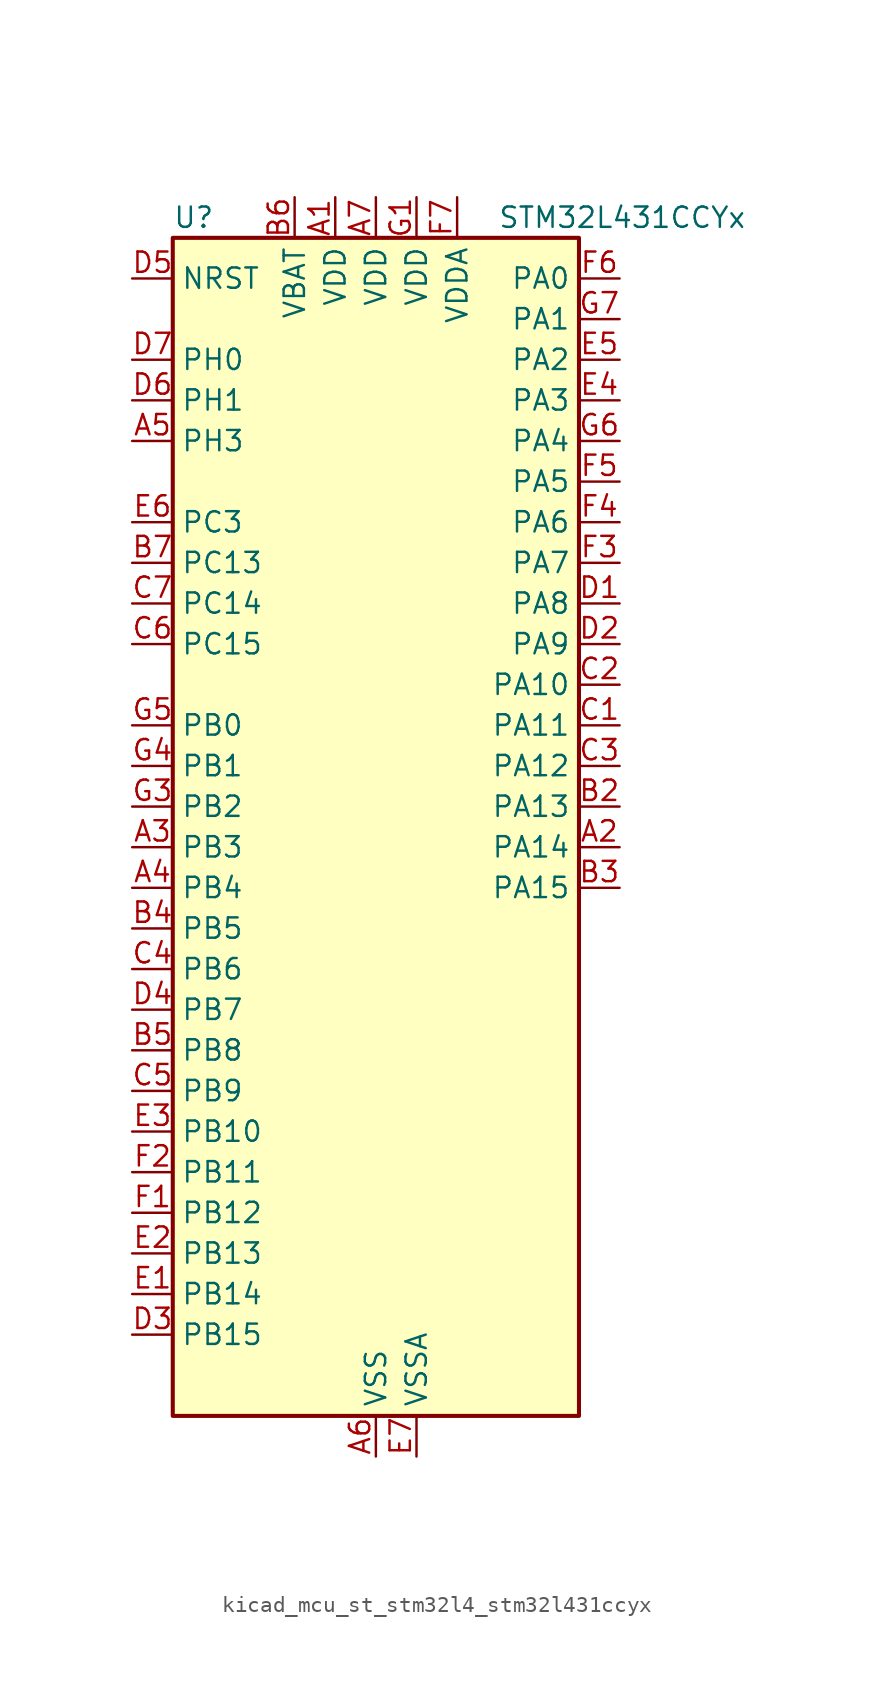
<source format=kicad_sym>
(kicad_symbol_lib
  (version 20220914)
  (generator kicad_symbol_editor)
  (symbol "kicad_mcu_st_stm32l4_stm32l431ccyx"
    (property "Reference" "U"
      (at -12.7 39.37 0)
      (effects (font (size 1.27 1.27)) (justify left)))
    (property "Value" "STM32L431CCYx"
      (at 7.62 39.37 0)
      (effects (font (size 1.27 1.27)) (justify left)))
    (property "ki_locked" ""
      (at 0 0 0)
      (effects (font (size 1.27 1.27))))
    (symbol "kicad_mcu_st_stm32l4_stm32l431ccyx_0_1"
      (rectangle (start -12.7 -35.56) (end 12.7 38.1) (stroke (width 0.254) (type default)) (fill (type background))))
    (symbol "kicad_mcu_st_stm32l4_stm32l431ccyx_1_1"
      (pin power_in line (at -2.54 40.64 270) (length 2.54) (name "VDD" (effects (font (size 1.27 1.27)))) (number "A1" (effects (font (size 1.27 1.27)))))
      (pin bidirectional line (at 15.24 0 180) (length 2.54) (name "PA14" (effects (font (size 1.27 1.27)))) (number "A2" (effects (font (size 1.27 1.27)))) (alternate "I2C1_SMBA" bidirectional line) (alternate "LPTIM1_OUT" bidirectional line) (alternate "SAI1_FS_B" bidirectional line) (alternate "SWPMI1_RX" bidirectional line) (alternate "SYS_JTCK-SWCLK" bidirectional line))
      (pin bidirectional line (at -15.24 0 0) (length 2.54) (name "PB3" (effects (font (size 1.27 1.27)))) (number "A3" (effects (font (size 1.27 1.27)))) (alternate "COMP2_INM" bidirectional line) (alternate "SAI1_SCK_B" bidirectional line) (alternate "SPI1_SCK" bidirectional line) (alternate "SPI3_SCK" bidirectional line) (alternate "SYS_JTDO-SWO" bidirectional line) (alternate "TIM2_CH2" bidirectional line) (alternate "USART1_DE" bidirectional line) (alternate "USART1_RTS" bidirectional line))
      (pin bidirectional line (at -15.24 -2.54 0) (length 2.54) (name "PB4" (effects (font (size 1.27 1.27)))) (number "A4" (effects (font (size 1.27 1.27)))) (alternate "COMP2_INP" bidirectional line) (alternate "I2C3_SDA" bidirectional line) (alternate "SAI1_MCLK_B" bidirectional line) (alternate "SPI1_MISO" bidirectional line) (alternate "SPI3_MISO" bidirectional line) (alternate "SYS_JTRST" bidirectional line) (alternate "TSC_G2_IO1" bidirectional line) (alternate "USART1_CTS" bidirectional line))
      (pin bidirectional line (at -15.24 25.4 0) (length 2.54) (name "PH3" (effects (font (size 1.27 1.27)))) (number "A5" (effects (font (size 1.27 1.27)))))
      (pin power_in line (at 0 -38.1 90) (length 2.54) (name "VSS" (effects (font (size 1.27 1.27)))) (number "A6" (effects (font (size 1.27 1.27)))))
      (pin power_in line (at 0 40.64 270) (length 2.54) (name "VDD" (effects (font (size 1.27 1.27)))) (number "A7" (effects (font (size 1.27 1.27)))))
      (pin passive line (at 0 -38.1 90) (length 2.54) hide (name "VSS" (effects (font (size 1.27 1.27)))) (number "B1" (effects (font (size 1.27 1.27)))))
      (pin bidirectional line (at 15.24 2.54 180) (length 2.54) (name "PA13" (effects (font (size 1.27 1.27)))) (number "B2" (effects (font (size 1.27 1.27)))) (alternate "IR_OUT" bidirectional line) (alternate "SAI1_SD_B" bidirectional line) (alternate "SWPMI1_TX" bidirectional line) (alternate "SYS_JTMS-SWDIO" bidirectional line))
      (pin bidirectional line (at 15.24 -2.54 180) (length 2.54) (name "PA15" (effects (font (size 1.27 1.27)))) (number "B3" (effects (font (size 1.27 1.27)))) (alternate "ADC1_EXTI15" bidirectional line) (alternate "SPI1_NSS" bidirectional line) (alternate "SPI3_NSS" bidirectional line) (alternate "SWPMI1_SUSPEND" bidirectional line) (alternate "SYS_JTDI" bidirectional line) (alternate "TIM2_CH1" bidirectional line) (alternate "TIM2_ETR" bidirectional line) (alternate "USART2_RX" bidirectional line) (alternate "USART3_DE" bidirectional line) (alternate "USART3_RTS" bidirectional line))
      (pin bidirectional line (at -15.24 -5.08 0) (length 2.54) (name "PB5" (effects (font (size 1.27 1.27)))) (number "B4" (effects (font (size 1.27 1.27)))) (alternate "COMP2_OUT" bidirectional line) (alternate "I2C1_SMBA" bidirectional line) (alternate "LPTIM1_IN1" bidirectional line) (alternate "SAI1_SD_B" bidirectional line) (alternate "SPI1_MOSI" bidirectional line) (alternate "SPI3_MOSI" bidirectional line) (alternate "TIM16_BKIN" bidirectional line) (alternate "TSC_G2_IO2" bidirectional line) (alternate "USART1_CK" bidirectional line))
      (pin bidirectional line (at -15.24 -12.7 0) (length 2.54) (name "PB8" (effects (font (size 1.27 1.27)))) (number "B5" (effects (font (size 1.27 1.27)))) (alternate "CAN1_RX" bidirectional line) (alternate "I2C1_SCL" bidirectional line) (alternate "SAI1_MCLK_A" bidirectional line) (alternate "TIM16_CH1" bidirectional line))
      (pin power_in line (at -5.08 40.64 270) (length 2.54) (name "VBAT" (effects (font (size 1.27 1.27)))) (number "B6" (effects (font (size 1.27 1.27)))))
      (pin bidirectional line (at -15.24 17.78 0) (length 2.54) (name "PC13" (effects (font (size 1.27 1.27)))) (number "B7" (effects (font (size 1.27 1.27)))) (alternate "RTC_OUT_ALARM" bidirectional line) (alternate "RTC_OUT_CALIB" bidirectional line) (alternate "RTC_TAMP1" bidirectional line) (alternate "RTC_TS" bidirectional line) (alternate "SYS_WKUP2" bidirectional line))
      (pin bidirectional line (at 15.24 7.62 180) (length 2.54) (name "PA11" (effects (font (size 1.27 1.27)))) (number "C1" (effects (font (size 1.27 1.27)))) (alternate "ADC1_EXTI11" bidirectional line) (alternate "CAN1_RX" bidirectional line) (alternate "COMP1_OUT" bidirectional line) (alternate "SPI1_MISO" bidirectional line) (alternate "TIM1_BKIN2" bidirectional line) (alternate "TIM1_BKIN2_COMP1" bidirectional line) (alternate "TIM1_CH4" bidirectional line) (alternate "USART1_CTS" bidirectional line))
      (pin bidirectional line (at 15.24 10.16 180) (length 2.54) (name "PA10" (effects (font (size 1.27 1.27)))) (number "C2" (effects (font (size 1.27 1.27)))) (alternate "I2C1_SDA" bidirectional line) (alternate "SAI1_SD_A" bidirectional line) (alternate "TIM1_CH3" bidirectional line) (alternate "USART1_RX" bidirectional line))
      (pin bidirectional line (at 15.24 5.08 180) (length 2.54) (name "PA12" (effects (font (size 1.27 1.27)))) (number "C3" (effects (font (size 1.27 1.27)))) (alternate "CAN1_TX" bidirectional line) (alternate "SPI1_MOSI" bidirectional line) (alternate "TIM1_ETR" bidirectional line) (alternate "USART1_DE" bidirectional line) (alternate "USART1_RTS" bidirectional line))
      (pin bidirectional line (at -15.24 -7.62 0) (length 2.54) (name "PB6" (effects (font (size 1.27 1.27)))) (number "C4" (effects (font (size 1.27 1.27)))) (alternate "COMP2_INP" bidirectional line) (alternate "I2C1_SCL" bidirectional line) (alternate "LPTIM1_ETR" bidirectional line) (alternate "SAI1_FS_B" bidirectional line) (alternate "TIM16_CH1N" bidirectional line) (alternate "TSC_G2_IO3" bidirectional line) (alternate "USART1_TX" bidirectional line))
      (pin bidirectional line (at -15.24 -15.24 0) (length 2.54) (name "PB9" (effects (font (size 1.27 1.27)))) (number "C5" (effects (font (size 1.27 1.27)))) (alternate "CAN1_TX" bidirectional line) (alternate "DAC1_EXTI9" bidirectional line) (alternate "I2C1_SDA" bidirectional line) (alternate "IR_OUT" bidirectional line) (alternate "SAI1_FS_A" bidirectional line) (alternate "SPI2_NSS" bidirectional line))
      (pin bidirectional line (at -15.24 12.7 0) (length 2.54) (name "PC15" (effects (font (size 1.27 1.27)))) (number "C6" (effects (font (size 1.27 1.27)))) (alternate "ADC1_EXTI15" bidirectional line) (alternate "RCC_OSC32_OUT" bidirectional line))
      (pin bidirectional line (at -15.24 15.24 0) (length 2.54) (name "PC14" (effects (font (size 1.27 1.27)))) (number "C7" (effects (font (size 1.27 1.27)))) (alternate "RCC_OSC32_IN" bidirectional line))
      (pin bidirectional line (at 15.24 15.24 180) (length 2.54) (name "PA8" (effects (font (size 1.27 1.27)))) (number "D1" (effects (font (size 1.27 1.27)))) (alternate "LPTIM2_OUT" bidirectional line) (alternate "RCC_MCO" bidirectional line) (alternate "SAI1_SCK_A" bidirectional line) (alternate "SWPMI1_IO" bidirectional line) (alternate "TIM1_CH1" bidirectional line) (alternate "USART1_CK" bidirectional line))
      (pin bidirectional line (at 15.24 12.7 180) (length 2.54) (name "PA9" (effects (font (size 1.27 1.27)))) (number "D2" (effects (font (size 1.27 1.27)))) (alternate "DAC1_EXTI9" bidirectional line) (alternate "I2C1_SCL" bidirectional line) (alternate "SAI1_FS_A" bidirectional line) (alternate "TIM15_BKIN" bidirectional line) (alternate "TIM1_CH2" bidirectional line) (alternate "USART1_TX" bidirectional line))
      (pin bidirectional line (at -15.24 -30.48 0) (length 2.54) (name "PB15" (effects (font (size 1.27 1.27)))) (number "D3" (effects (font (size 1.27 1.27)))) (alternate "ADC1_EXTI15" bidirectional line) (alternate "RTC_REFIN" bidirectional line) (alternate "SAI1_SD_A" bidirectional line) (alternate "SPI2_MOSI" bidirectional line) (alternate "SWPMI1_SUSPEND" bidirectional line) (alternate "TIM15_CH2" bidirectional line) (alternate "TIM1_CH3N" bidirectional line) (alternate "TSC_G1_IO4" bidirectional line))
      (pin bidirectional line (at -15.24 -10.16 0) (length 2.54) (name "PB7" (effects (font (size 1.27 1.27)))) (number "D4" (effects (font (size 1.27 1.27)))) (alternate "COMP2_INM" bidirectional line) (alternate "I2C1_SDA" bidirectional line) (alternate "LPTIM1_IN2" bidirectional line) (alternate "SYS_PVD_IN" bidirectional line) (alternate "TSC_G2_IO4" bidirectional line) (alternate "USART1_RX" bidirectional line))
      (pin input line (at -15.24 35.56 0) (length 2.54) (name "NRST" (effects (font (size 1.27 1.27)))) (number "D5" (effects (font (size 1.27 1.27)))))
      (pin bidirectional line (at -15.24 27.94 0) (length 2.54) (name "PH1" (effects (font (size 1.27 1.27)))) (number "D6" (effects (font (size 1.27 1.27)))) (alternate "RCC_OSC_OUT" bidirectional line))
      (pin bidirectional line (at -15.24 30.48 0) (length 2.54) (name "PH0" (effects (font (size 1.27 1.27)))) (number "D7" (effects (font (size 1.27 1.27)))) (alternate "RCC_OSC_IN" bidirectional line))
      (pin bidirectional line (at -15.24 -27.94 0) (length 2.54) (name "PB14" (effects (font (size 1.27 1.27)))) (number "E1" (effects (font (size 1.27 1.27)))) (alternate "I2C2_SDA" bidirectional line) (alternate "SAI1_MCLK_A" bidirectional line) (alternate "SPI2_MISO" bidirectional line) (alternate "SWPMI1_RX" bidirectional line) (alternate "TIM15_CH1" bidirectional line) (alternate "TIM1_CH2N" bidirectional line) (alternate "TSC_G1_IO3" bidirectional line) (alternate "USART3_DE" bidirectional line) (alternate "USART3_RTS" bidirectional line))
      (pin bidirectional line (at -15.24 -25.4 0) (length 2.54) (name "PB13" (effects (font (size 1.27 1.27)))) (number "E2" (effects (font (size 1.27 1.27)))) (alternate "I2C2_SCL" bidirectional line) (alternate "LPUART1_CTS" bidirectional line) (alternate "SAI1_SCK_A" bidirectional line) (alternate "SPI2_SCK" bidirectional line) (alternate "SWPMI1_TX" bidirectional line) (alternate "TIM15_CH1N" bidirectional line) (alternate "TIM1_CH1N" bidirectional line) (alternate "TSC_G1_IO2" bidirectional line) (alternate "USART3_CTS" bidirectional line))
      (pin bidirectional line (at -15.24 -17.78 0) (length 2.54) (name "PB10" (effects (font (size 1.27 1.27)))) (number "E3" (effects (font (size 1.27 1.27)))) (alternate "COMP1_OUT" bidirectional line) (alternate "I2C2_SCL" bidirectional line) (alternate "LPUART1_RX" bidirectional line) (alternate "QUADSPI_CLK" bidirectional line) (alternate "SAI1_SCK_A" bidirectional line) (alternate "SPI2_SCK" bidirectional line) (alternate "TIM2_CH3" bidirectional line) (alternate "TSC_SYNC" bidirectional line) (alternate "USART3_TX" bidirectional line))
      (pin bidirectional line (at 15.24 27.94 180) (length 2.54) (name "PA3" (effects (font (size 1.27 1.27)))) (number "E4" (effects (font (size 1.27 1.27)))) (alternate "ADC1_IN8" bidirectional line) (alternate "COMP2_INP" bidirectional line) (alternate "LPUART1_RX" bidirectional line) (alternate "OPAMP1_VOUT" bidirectional line) (alternate "QUADSPI_CLK" bidirectional line) (alternate "SAI1_MCLK_A" bidirectional line) (alternate "TIM15_CH2" bidirectional line) (alternate "TIM2_CH4" bidirectional line) (alternate "USART2_RX" bidirectional line))
      (pin bidirectional line (at 15.24 30.48 180) (length 2.54) (name "PA2" (effects (font (size 1.27 1.27)))) (number "E5" (effects (font (size 1.27 1.27)))) (alternate "ADC1_IN7" bidirectional line) (alternate "COMP2_INM" bidirectional line) (alternate "COMP2_OUT" bidirectional line) (alternate "LPUART1_TX" bidirectional line) (alternate "QUADSPI_BK1_NCS" bidirectional line) (alternate "RCC_LSCO" bidirectional line) (alternate "SYS_WKUP4" bidirectional line) (alternate "TIM15_CH1" bidirectional line) (alternate "TIM2_CH3" bidirectional line) (alternate "USART2_TX" bidirectional line))
      (pin bidirectional line (at -15.24 20.32 0) (length 2.54) (name "PC3" (effects (font (size 1.27 1.27)))) (number "E6" (effects (font (size 1.27 1.27)))) (alternate "ADC1_IN4" bidirectional line) (alternate "LPTIM1_ETR" bidirectional line) (alternate "LPTIM2_ETR" bidirectional line) (alternate "SAI1_SD_A" bidirectional line) (alternate "SPI2_MOSI" bidirectional line))
      (pin power_in line (at 2.54 -38.1 90) (length 2.54) (name "VSSA" (effects (font (size 1.27 1.27)))) (number "E7" (effects (font (size 1.27 1.27)))))
      (pin bidirectional line (at -15.24 -22.86 0) (length 2.54) (name "PB12" (effects (font (size 1.27 1.27)))) (number "F1" (effects (font (size 1.27 1.27)))) (alternate "I2C2_SMBA" bidirectional line) (alternate "LPUART1_DE" bidirectional line) (alternate "LPUART1_RTS" bidirectional line) (alternate "SAI1_FS_A" bidirectional line) (alternate "SPI2_NSS" bidirectional line) (alternate "SWPMI1_IO" bidirectional line) (alternate "TIM15_BKIN" bidirectional line) (alternate "TIM1_BKIN" bidirectional line) (alternate "TIM1_BKIN_COMP2" bidirectional line) (alternate "TSC_G1_IO1" bidirectional line) (alternate "USART3_CK" bidirectional line))
      (pin bidirectional line (at -15.24 -20.32 0) (length 2.54) (name "PB11" (effects (font (size 1.27 1.27)))) (number "F2" (effects (font (size 1.27 1.27)))) (alternate "ADC1_EXTI11" bidirectional line) (alternate "COMP2_OUT" bidirectional line) (alternate "I2C2_SDA" bidirectional line) (alternate "LPUART1_TX" bidirectional line) (alternate "QUADSPI_BK1_NCS" bidirectional line) (alternate "TIM2_CH4" bidirectional line) (alternate "USART3_RX" bidirectional line))
      (pin bidirectional line (at 15.24 17.78 180) (length 2.54) (name "PA7" (effects (font (size 1.27 1.27)))) (number "F3" (effects (font (size 1.27 1.27)))) (alternate "ADC1_IN12" bidirectional line) (alternate "COMP2_OUT" bidirectional line) (alternate "I2C3_SCL" bidirectional line) (alternate "QUADSPI_BK1_IO2" bidirectional line) (alternate "SPI1_MOSI" bidirectional line) (alternate "TIM1_CH1N" bidirectional line))
      (pin bidirectional line (at 15.24 20.32 180) (length 2.54) (name "PA6" (effects (font (size 1.27 1.27)))) (number "F4" (effects (font (size 1.27 1.27)))) (alternate "ADC1_IN11" bidirectional line) (alternate "COMP1_OUT" bidirectional line) (alternate "LPUART1_CTS" bidirectional line) (alternate "QUADSPI_BK1_IO3" bidirectional line) (alternate "SPI1_MISO" bidirectional line) (alternate "TIM16_CH1" bidirectional line) (alternate "TIM1_BKIN" bidirectional line) (alternate "TIM1_BKIN_COMP2" bidirectional line) (alternate "USART3_CTS" bidirectional line))
      (pin bidirectional line (at 15.24 22.86 180) (length 2.54) (name "PA5" (effects (font (size 1.27 1.27)))) (number "F5" (effects (font (size 1.27 1.27)))) (alternate "ADC1_IN10" bidirectional line) (alternate "COMP1_INM" bidirectional line) (alternate "COMP2_INM" bidirectional line) (alternate "DAC1_OUT2" bidirectional line) (alternate "LPTIM2_ETR" bidirectional line) (alternate "SPI1_SCK" bidirectional line) (alternate "TIM2_CH1" bidirectional line) (alternate "TIM2_ETR" bidirectional line))
      (pin bidirectional line (at 15.24 35.56 180) (length 2.54) (name "PA0" (effects (font (size 1.27 1.27)))) (number "F6" (effects (font (size 1.27 1.27)))) (alternate "ADC1_IN5" bidirectional line) (alternate "COMP1_INM" bidirectional line) (alternate "COMP1_OUT" bidirectional line) (alternate "OPAMP1_VINP" bidirectional line) (alternate "RTC_TAMP2" bidirectional line) (alternate "SAI1_EXTCLK" bidirectional line) (alternate "SYS_WKUP1" bidirectional line) (alternate "TIM2_CH1" bidirectional line) (alternate "TIM2_ETR" bidirectional line) (alternate "USART2_CTS" bidirectional line))
      (pin power_in line (at 5.08 40.64 270) (length 2.54) (name "VDDA" (effects (font (size 1.27 1.27)))) (number "F7" (effects (font (size 1.27 1.27)))))
      (pin power_in line (at 2.54 40.64 270) (length 2.54) (name "VDD" (effects (font (size 1.27 1.27)))) (number "G1" (effects (font (size 1.27 1.27)))))
      (pin passive line (at 0 -38.1 90) (length 2.54) hide (name "VSS" (effects (font (size 1.27 1.27)))) (number "G2" (effects (font (size 1.27 1.27)))))
      (pin bidirectional line (at -15.24 2.54 0) (length 2.54) (name "PB2" (effects (font (size 1.27 1.27)))) (number "G3" (effects (font (size 1.27 1.27)))) (alternate "COMP1_INP" bidirectional line) (alternate "I2C3_SMBA" bidirectional line) (alternate "LPTIM1_OUT" bidirectional line) (alternate "RTC_OUT_ALARM" bidirectional line) (alternate "RTC_OUT_CALIB" bidirectional line))
      (pin bidirectional line (at -15.24 5.08 0) (length 2.54) (name "PB1" (effects (font (size 1.27 1.27)))) (number "G4" (effects (font (size 1.27 1.27)))) (alternate "ADC1_IN16" bidirectional line) (alternate "COMP1_INM" bidirectional line) (alternate "LPTIM2_IN1" bidirectional line) (alternate "LPUART1_DE" bidirectional line) (alternate "LPUART1_RTS" bidirectional line) (alternate "QUADSPI_BK1_IO0" bidirectional line) (alternate "TIM1_CH3N" bidirectional line) (alternate "USART3_DE" bidirectional line) (alternate "USART3_RTS" bidirectional line))
      (pin bidirectional line (at -15.24 7.62 0) (length 2.54) (name "PB0" (effects (font (size 1.27 1.27)))) (number "G5" (effects (font (size 1.27 1.27)))) (alternate "ADC1_IN15" bidirectional line) (alternate "COMP1_OUT" bidirectional line) (alternate "QUADSPI_BK1_IO1" bidirectional line) (alternate "SAI1_EXTCLK" bidirectional line) (alternate "SPI1_NSS" bidirectional line) (alternate "TIM1_CH2N" bidirectional line) (alternate "USART3_CK" bidirectional line))
      (pin bidirectional line (at 15.24 25.4 180) (length 2.54) (name "PA4" (effects (font (size 1.27 1.27)))) (number "G6" (effects (font (size 1.27 1.27)))) (alternate "ADC1_IN9" bidirectional line) (alternate "COMP1_INM" bidirectional line) (alternate "COMP2_INM" bidirectional line) (alternate "DAC1_OUT1" bidirectional line) (alternate "LPTIM2_OUT" bidirectional line) (alternate "SAI1_FS_B" bidirectional line) (alternate "SPI1_NSS" bidirectional line) (alternate "SPI3_NSS" bidirectional line) (alternate "USART2_CK" bidirectional line))
      (pin bidirectional line (at 15.24 33.02 180) (length 2.54) (name "PA1" (effects (font (size 1.27 1.27)))) (number "G7" (effects (font (size 1.27 1.27)))) (alternate "ADC1_IN6" bidirectional line) (alternate "COMP1_INP" bidirectional line) (alternate "I2C1_SMBA" bidirectional line) (alternate "OPAMP1_VINM" bidirectional line) (alternate "SPI1_SCK" bidirectional line) (alternate "TIM15_CH1N" bidirectional line) (alternate "TIM2_CH2" bidirectional line) (alternate "USART2_DE" bidirectional line) (alternate "USART2_RTS" bidirectional line)))))
</source>
